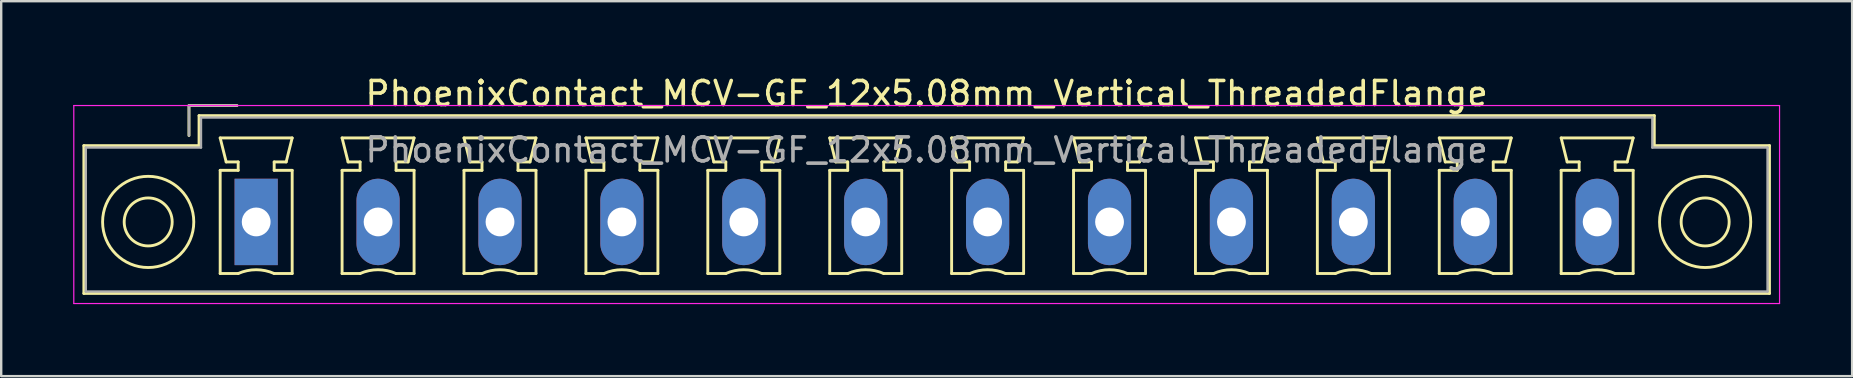
<source format=kicad_pcb>
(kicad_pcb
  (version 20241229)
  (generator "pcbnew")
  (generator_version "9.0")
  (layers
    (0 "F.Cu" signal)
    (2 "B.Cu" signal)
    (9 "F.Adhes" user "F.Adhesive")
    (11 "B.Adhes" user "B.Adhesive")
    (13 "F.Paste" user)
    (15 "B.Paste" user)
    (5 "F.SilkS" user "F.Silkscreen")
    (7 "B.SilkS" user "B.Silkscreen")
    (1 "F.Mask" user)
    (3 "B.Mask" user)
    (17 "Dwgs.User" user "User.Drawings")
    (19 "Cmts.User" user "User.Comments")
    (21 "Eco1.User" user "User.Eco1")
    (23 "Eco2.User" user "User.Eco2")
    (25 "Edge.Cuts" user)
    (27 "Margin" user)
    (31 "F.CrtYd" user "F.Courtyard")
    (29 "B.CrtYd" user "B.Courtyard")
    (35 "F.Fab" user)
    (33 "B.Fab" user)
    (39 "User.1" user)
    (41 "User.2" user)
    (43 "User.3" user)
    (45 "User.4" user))
  (footprint "PhoenixContact_MCV-GF_12x5.08mm_Vertical_ThreadedFlange"
    (layer "F.Cu")
    (at 7.625 6.198)
    (property "Reference" "PhoenixContact_MCV-GF_12x5.08mm_Vertical_ThreadedFlange" (at 27.94 -5.35 0) (layer "F.SilkS") (effects (font (size 1 1) (thickness 0.15))))
    (attr through_hole)
    (fp_line (start -7.18 -3.18) (end -7.18 2.98) (stroke (width 0.12) (type solid)) (layer "F.SilkS"))
    (fp_line (start -7.18 2.98) (end 63.06 2.98) (stroke (width 0.12) (type solid)) (layer "F.SilkS"))
    (fp_line (start -2.8 -4.85) (end -0.8 -4.85) (stroke (width 0.12) (type solid)) (layer "F.SilkS"))
    (fp_line (start -2.8 -3.6) (end -2.8 -4.85) (stroke (width 0.12) (type solid)) (layer "F.SilkS"))
    (fp_line (start -2.38 -4.43) (end -2.38 -3.18) (stroke (width 0.12) (type solid)) (layer "F.SilkS"))
    (fp_line (start -2.38 -3.18) (end -7.18 -3.18) (stroke (width 0.12) (type solid)) (layer "F.SilkS"))
    (fp_line (start -1.5 -3.5) (end 1.5 -3.5) (stroke (width 0.12) (type solid)) (layer "F.SilkS"))
    (fp_line (start -1.5 -2.15) (end -0.75 -2.15) (stroke (width 0.12) (type solid)) (layer "F.SilkS"))
    (fp_line (start -1.5 2.15) (end -1.5 -2.15) (stroke (width 0.12) (type solid)) (layer "F.SilkS"))
    (fp_line (start -1.25 -2.5) (end -1.5 -3.5) (stroke (width 0.12) (type solid)) (layer "F.SilkS"))
    (fp_line (start -0.75 -2.5) (end -1.25 -2.5) (stroke (width 0.12) (type solid)) (layer "F.SilkS"))
    (fp_line (start -0.75 -2.15) (end -0.75 -2.5) (stroke (width 0.12) (type solid)) (layer "F.SilkS"))
    (fp_line (start -0.75 2.15) (end -1.5 2.15) (stroke (width 0.12) (type solid)) (layer "F.SilkS"))
    (fp_line (start 0.75 -2.5) (end 0.75 -2.15) (stroke (width 0.12) (type solid)) (layer "F.SilkS"))
    (fp_line (start 0.75 -2.15) (end 1.5 -2.15) (stroke (width 0.12) (type solid)) (layer "F.SilkS"))
    (fp_line (start 1.25 -2.5) (end 0.75 -2.5) (stroke (width 0.12) (type solid)) (layer "F.SilkS"))
    (fp_line (start 1.5 -3.5) (end 1.25 -2.5) (stroke (width 0.12) (type solid)) (layer "F.SilkS"))
    (fp_line (start 1.5 -2.15) (end 1.5 2.15) (stroke (width 0.12) (type solid)) (layer "F.SilkS"))
    (fp_line (start 1.5 2.15) (end 0.75 2.15) (stroke (width 0.12) (type solid)) (layer "F.SilkS"))
    (fp_line (start 3.58 -3.5) (end 6.58 -3.5) (stroke (width 0.12) (type solid)) (layer "F.SilkS"))
    (fp_line (start 3.58 -2.15) (end 4.33 -2.15) (stroke (width 0.12) (type solid)) (layer "F.SilkS"))
    (fp_line (start 3.58 2.15) (end 3.58 -2.15) (stroke (width 0.12) (type solid)) (layer "F.SilkS"))
    (fp_line (start 3.83 -2.5) (end 3.58 -3.5) (stroke (width 0.12) (type solid)) (layer "F.SilkS"))
    (fp_line (start 4.33 -2.5) (end 3.83 -2.5) (stroke (width 0.12) (type solid)) (layer "F.SilkS"))
    (fp_line (start 4.33 -2.15) (end 4.33 -2.5) (stroke (width 0.12) (type solid)) (layer "F.SilkS"))
    (fp_line (start 4.33 2.15) (end 3.58 2.15) (stroke (width 0.12) (type solid)) (layer "F.SilkS"))
    (fp_line (start 5.83 -2.5) (end 5.83 -2.15) (stroke (width 0.12) (type solid)) (layer "F.SilkS"))
    (fp_line (start 5.83 -2.15) (end 6.58 -2.15) (stroke (width 0.12) (type solid)) (layer "F.SilkS"))
    (fp_line (start 6.33 -2.5) (end 5.83 -2.5) (stroke (width 0.12) (type solid)) (layer "F.SilkS"))
    (fp_line (start 6.58 -3.5) (end 6.33 -2.5) (stroke (width 0.12) (type solid)) (layer "F.SilkS"))
    (fp_line (start 6.58 -2.15) (end 6.58 2.15) (stroke (width 0.12) (type solid)) (layer "F.SilkS"))
    (fp_line (start 6.58 2.15) (end 5.83 2.15) (stroke (width 0.12) (type solid)) (layer "F.SilkS"))
    (fp_line (start 8.66 -3.5) (end 11.66 -3.5) (stroke (width 0.12) (type solid)) (layer "F.SilkS"))
    (fp_line (start 8.66 -2.15) (end 9.41 -2.15) (stroke (width 0.12) (type solid)) (layer "F.SilkS"))
    (fp_line (start 8.66 2.15) (end 8.66 -2.15) (stroke (width 0.12) (type solid)) (layer "F.SilkS"))
    (fp_line (start 8.91 -2.5) (end 8.66 -3.5) (stroke (width 0.12) (type solid)) (layer "F.SilkS"))
    (fp_line (start 9.41 -2.5) (end 8.91 -2.5) (stroke (width 0.12) (type solid)) (layer "F.SilkS"))
    (fp_line (start 9.41 -2.15) (end 9.41 -2.5) (stroke (width 0.12) (type solid)) (layer "F.SilkS"))
    (fp_line (start 9.41 2.15) (end 8.66 2.15) (stroke (width 0.12) (type solid)) (layer "F.SilkS"))
    (fp_line (start 10.91 -2.5) (end 10.91 -2.15) (stroke (width 0.12) (type solid)) (layer "F.SilkS"))
    (fp_line (start 10.91 -2.15) (end 11.66 -2.15) (stroke (width 0.12) (type solid)) (layer "F.SilkS"))
    (fp_line (start 11.41 -2.5) (end 10.91 -2.5) (stroke (width 0.12) (type solid)) (layer "F.SilkS"))
    (fp_line (start 11.66 -3.5) (end 11.41 -2.5) (stroke (width 0.12) (type solid)) (layer "F.SilkS"))
    (fp_line (start 11.66 -2.15) (end 11.66 2.15) (stroke (width 0.12) (type solid)) (layer "F.SilkS"))
    (fp_line (start 11.66 2.15) (end 10.91 2.15) (stroke (width 0.12) (type solid)) (layer "F.SilkS"))
    (fp_line (start 13.74 -3.5) (end 16.74 -3.5) (stroke (width 0.12) (type solid)) (layer "F.SilkS"))
    (fp_line (start 13.74 -2.15) (end 14.49 -2.15) (stroke (width 0.12) (type solid)) (layer "F.SilkS"))
    (fp_line (start 13.74 2.15) (end 13.74 -2.15) (stroke (width 0.12) (type solid)) (layer "F.SilkS"))
    (fp_line (start 13.99 -2.5) (end 13.74 -3.5) (stroke (width 0.12) (type solid)) (layer "F.SilkS"))
    (fp_line (start 14.49 -2.5) (end 13.99 -2.5) (stroke (width 0.12) (type solid)) (layer "F.SilkS"))
    (fp_line (start 14.49 -2.15) (end 14.49 -2.5) (stroke (width 0.12) (type solid)) (layer "F.SilkS"))
    (fp_line (start 14.49 2.15) (end 13.74 2.15) (stroke (width 0.12) (type solid)) (layer "F.SilkS"))
    (fp_line (start 15.99 -2.5) (end 15.99 -2.15) (stroke (width 0.12) (type solid)) (layer "F.SilkS"))
    (fp_line (start 15.99 -2.15) (end 16.74 -2.15) (stroke (width 0.12) (type solid)) (layer "F.SilkS"))
    (fp_line (start 16.49 -2.5) (end 15.99 -2.5) (stroke (width 0.12) (type solid)) (layer "F.SilkS"))
    (fp_line (start 16.74 -3.5) (end 16.49 -2.5) (stroke (width 0.12) (type solid)) (layer "F.SilkS"))
    (fp_line (start 16.74 -2.15) (end 16.74 2.15) (stroke (width 0.12) (type solid)) (layer "F.SilkS"))
    (fp_line (start 16.74 2.15) (end 15.99 2.15) (stroke (width 0.12) (type solid)) (layer "F.SilkS"))
    (fp_line (start 18.82 -3.5) (end 21.82 -3.5) (stroke (width 0.12) (type solid)) (layer "F.SilkS"))
    (fp_line (start 18.82 -2.15) (end 19.57 -2.15) (stroke (width 0.12) (type solid)) (layer "F.SilkS"))
    (fp_line (start 18.82 2.15) (end 18.82 -2.15) (stroke (width 0.12) (type solid)) (layer "F.SilkS"))
    (fp_line (start 19.07 -2.5) (end 18.82 -3.5) (stroke (width 0.12) (type solid)) (layer "F.SilkS"))
    (fp_line (start 19.57 -2.5) (end 19.07 -2.5) (stroke (width 0.12) (type solid)) (layer "F.SilkS"))
    (fp_line (start 19.57 -2.15) (end 19.57 -2.5) (stroke (width 0.12) (type solid)) (layer "F.SilkS"))
    (fp_line (start 19.57 2.15) (end 18.82 2.15) (stroke (width 0.12) (type solid)) (layer "F.SilkS"))
    (fp_line (start 21.07 -2.5) (end 21.07 -2.15) (stroke (width 0.12) (type solid)) (layer "F.SilkS"))
    (fp_line (start 21.07 -2.15) (end 21.82 -2.15) (stroke (width 0.12) (type solid)) (layer "F.SilkS"))
    (fp_line (start 21.57 -2.5) (end 21.07 -2.5) (stroke (width 0.12) (type solid)) (layer "F.SilkS"))
    (fp_line (start 21.82 -3.5) (end 21.57 -2.5) (stroke (width 0.12) (type solid)) (layer "F.SilkS"))
    (fp_line (start 21.82 -2.15) (end 21.82 2.15) (stroke (width 0.12) (type solid)) (layer "F.SilkS"))
    (fp_line (start 21.82 2.15) (end 21.07 2.15) (stroke (width 0.12) (type solid)) (layer "F.SilkS"))
    (fp_line (start 23.9 -3.5) (end 26.9 -3.5) (stroke (width 0.12) (type solid)) (layer "F.SilkS"))
    (fp_line (start 23.9 -2.15) (end 24.65 -2.15) (stroke (width 0.12) (type solid)) (layer "F.SilkS"))
    (fp_line (start 23.9 2.15) (end 23.9 -2.15) (stroke (width 0.12) (type solid)) (layer "F.SilkS"))
    (fp_line (start 24.15 -2.5) (end 23.9 -3.5) (stroke (width 0.12) (type solid)) (layer "F.SilkS"))
    (fp_line (start 24.65 -2.5) (end 24.15 -2.5) (stroke (width 0.12) (type solid)) (layer "F.SilkS"))
    (fp_line (start 24.65 -2.15) (end 24.65 -2.5) (stroke (width 0.12) (type solid)) (layer "F.SilkS"))
    (fp_line (start 24.65 2.15) (end 23.9 2.15) (stroke (width 0.12) (type solid)) (layer "F.SilkS"))
    (fp_line (start 26.15 -2.5) (end 26.15 -2.15) (stroke (width 0.12) (type solid)) (layer "F.SilkS"))
    (fp_line (start 26.15 -2.15) (end 26.9 -2.15) (stroke (width 0.12) (type solid)) (layer "F.SilkS"))
    (fp_line (start 26.65 -2.5) (end 26.15 -2.5) (stroke (width 0.12) (type solid)) (layer "F.SilkS"))
    (fp_line (start 26.9 -3.5) (end 26.65 -2.5) (stroke (width 0.12) (type solid)) (layer "F.SilkS"))
    (fp_line (start 26.9 -2.15) (end 26.9 2.15) (stroke (width 0.12) (type solid)) (layer "F.SilkS"))
    (fp_line (start 26.9 2.15) (end 26.15 2.15) (stroke (width 0.12) (type solid)) (layer "F.SilkS"))
    (fp_line (start 28.98 -3.5) (end 31.98 -3.5) (stroke (width 0.12) (type solid)) (layer "F.SilkS"))
    (fp_line (start 28.98 -2.15) (end 29.73 -2.15) (stroke (width 0.12) (type solid)) (layer "F.SilkS"))
    (fp_line (start 28.98 2.15) (end 28.98 -2.15) (stroke (width 0.12) (type solid)) (layer "F.SilkS"))
    (fp_line (start 29.23 -2.5) (end 28.98 -3.5) (stroke (width 0.12) (type solid)) (layer "F.SilkS"))
    (fp_line (start 29.73 -2.5) (end 29.23 -2.5) (stroke (width 0.12) (type solid)) (layer "F.SilkS"))
    (fp_line (start 29.73 -2.15) (end 29.73 -2.5) (stroke (width 0.12) (type solid)) (layer "F.SilkS"))
    (fp_line (start 29.73 2.15) (end 28.98 2.15) (stroke (width 0.12) (type solid)) (layer "F.SilkS"))
    (fp_line (start 31.23 -2.5) (end 31.23 -2.15) (stroke (width 0.12) (type solid)) (layer "F.SilkS"))
    (fp_line (start 31.23 -2.15) (end 31.98 -2.15) (stroke (width 0.12) (type solid)) (layer "F.SilkS"))
    (fp_line (start 31.73 -2.5) (end 31.23 -2.5) (stroke (width 0.12) (type solid)) (layer "F.SilkS"))
    (fp_line (start 31.98 -3.5) (end 31.73 -2.5) (stroke (width 0.12) (type solid)) (layer "F.SilkS"))
    (fp_line (start 31.98 -2.15) (end 31.98 2.15) (stroke (width 0.12) (type solid)) (layer "F.SilkS"))
    (fp_line (start 31.98 2.15) (end 31.23 2.15) (stroke (width 0.12) (type solid)) (layer "F.SilkS"))
    (fp_line (start 34.06 -3.5) (end 37.06 -3.5) (stroke (width 0.12) (type solid)) (layer "F.SilkS"))
    (fp_line (start 34.06 -2.15) (end 34.81 -2.15) (stroke (width 0.12) (type solid)) (layer "F.SilkS"))
    (fp_line (start 34.06 2.15) (end 34.06 -2.15) (stroke (width 0.12) (type solid)) (layer "F.SilkS"))
    (fp_line (start 34.31 -2.5) (end 34.06 -3.5) (stroke (width 0.12) (type solid)) (layer "F.SilkS"))
    (fp_line (start 34.81 -2.5) (end 34.31 -2.5) (stroke (width 0.12) (type solid)) (layer "F.SilkS"))
    (fp_line (start 34.81 -2.15) (end 34.81 -2.5) (stroke (width 0.12) (type solid)) (layer "F.SilkS"))
    (fp_line (start 34.81 2.15) (end 34.06 2.15) (stroke (width 0.12) (type solid)) (layer "F.SilkS"))
    (fp_line (start 36.31 -2.5) (end 36.31 -2.15) (stroke (width 0.12) (type solid)) (layer "F.SilkS"))
    (fp_line (start 36.31 -2.15) (end 37.06 -2.15) (stroke (width 0.12) (type solid)) (layer "F.SilkS"))
    (fp_line (start 36.81 -2.5) (end 36.31 -2.5) (stroke (width 0.12) (type solid)) (layer "F.SilkS"))
    (fp_line (start 37.06 -3.5) (end 36.81 -2.5) (stroke (width 0.12) (type solid)) (layer "F.SilkS"))
    (fp_line (start 37.06 -2.15) (end 37.06 2.15) (stroke (width 0.12) (type solid)) (layer "F.SilkS"))
    (fp_line (start 37.06 2.15) (end 36.31 2.15) (stroke (width 0.12) (type solid)) (layer "F.SilkS"))
    (fp_line (start 39.14 -3.5) (end 42.14 -3.5) (stroke (width 0.12) (type solid)) (layer "F.SilkS"))
    (fp_line (start 39.14 -2.15) (end 39.89 -2.15) (stroke (width 0.12) (type solid)) (layer "F.SilkS"))
    (fp_line (start 39.14 2.15) (end 39.14 -2.15) (stroke (width 0.12) (type solid)) (layer "F.SilkS"))
    (fp_line (start 39.39 -2.5) (end 39.14 -3.5) (stroke (width 0.12) (type solid)) (layer "F.SilkS"))
    (fp_line (start 39.89 -2.5) (end 39.39 -2.5) (stroke (width 0.12) (type solid)) (layer "F.SilkS"))
    (fp_line (start 39.89 -2.15) (end 39.89 -2.5) (stroke (width 0.12) (type solid)) (layer "F.SilkS"))
    (fp_line (start 39.89 2.15) (end 39.14 2.15) (stroke (width 0.12) (type solid)) (layer "F.SilkS"))
    (fp_line (start 41.39 -2.5) (end 41.39 -2.15) (stroke (width 0.12) (type solid)) (layer "F.SilkS"))
    (fp_line (start 41.39 -2.15) (end 42.14 -2.15) (stroke (width 0.12) (type solid)) (layer "F.SilkS"))
    (fp_line (start 41.89 -2.5) (end 41.39 -2.5) (stroke (width 0.12) (type solid)) (layer "F.SilkS"))
    (fp_line (start 42.14 -3.5) (end 41.89 -2.5) (stroke (width 0.12) (type solid)) (layer "F.SilkS"))
    (fp_line (start 42.14 -2.15) (end 42.14 2.15) (stroke (width 0.12) (type solid)) (layer "F.SilkS"))
    (fp_line (start 42.14 2.15) (end 41.39 2.15) (stroke (width 0.12) (type solid)) (layer "F.SilkS"))
    (fp_line (start 44.22 -3.5) (end 47.22 -3.5) (stroke (width 0.12) (type solid)) (layer "F.SilkS"))
    (fp_line (start 44.22 -2.15) (end 44.97 -2.15) (stroke (width 0.12) (type solid)) (layer "F.SilkS"))
    (fp_line (start 44.22 2.15) (end 44.22 -2.15) (stroke (width 0.12) (type solid)) (layer "F.SilkS"))
    (fp_line (start 44.47 -2.5) (end 44.22 -3.5) (stroke (width 0.12) (type solid)) (layer "F.SilkS"))
    (fp_line (start 44.97 -2.5) (end 44.47 -2.5) (stroke (width 0.12) (type solid)) (layer "F.SilkS"))
    (fp_line (start 44.97 -2.15) (end 44.97 -2.5) (stroke (width 0.12) (type solid)) (layer "F.SilkS"))
    (fp_line (start 44.97 2.15) (end 44.22 2.15) (stroke (width 0.12) (type solid)) (layer "F.SilkS"))
    (fp_line (start 46.47 -2.5) (end 46.47 -2.15) (stroke (width 0.12) (type solid)) (layer "F.SilkS"))
    (fp_line (start 46.47 -2.15) (end 47.22 -2.15) (stroke (width 0.12) (type solid)) (layer "F.SilkS"))
    (fp_line (start 46.97 -2.5) (end 46.47 -2.5) (stroke (width 0.12) (type solid)) (layer "F.SilkS"))
    (fp_line (start 47.22 -3.5) (end 46.97 -2.5) (stroke (width 0.12) (type solid)) (layer "F.SilkS"))
    (fp_line (start 47.22 -2.15) (end 47.22 2.15) (stroke (width 0.12) (type solid)) (layer "F.SilkS"))
    (fp_line (start 47.22 2.15) (end 46.47 2.15) (stroke (width 0.12) (type solid)) (layer "F.SilkS"))
    (fp_line (start 49.3 -3.5) (end 52.3 -3.5) (stroke (width 0.12) (type solid)) (layer "F.SilkS"))
    (fp_line (start 49.3 -2.15) (end 50.05 -2.15) (stroke (width 0.12) (type solid)) (layer "F.SilkS"))
    (fp_line (start 49.3 2.15) (end 49.3 -2.15) (stroke (width 0.12) (type solid)) (layer "F.SilkS"))
    (fp_line (start 49.55 -2.5) (end 49.3 -3.5) (stroke (width 0.12) (type solid)) (layer "F.SilkS"))
    (fp_line (start 50.05 -2.5) (end 49.55 -2.5) (stroke (width 0.12) (type solid)) (layer "F.SilkS"))
    (fp_line (start 50.05 -2.15) (end 50.05 -2.5) (stroke (width 0.12) (type solid)) (layer "F.SilkS"))
    (fp_line (start 50.05 2.15) (end 49.3 2.15) (stroke (width 0.12) (type solid)) (layer "F.SilkS"))
    (fp_line (start 51.55 -2.5) (end 51.55 -2.15) (stroke (width 0.12) (type solid)) (layer "F.SilkS"))
    (fp_line (start 51.55 -2.15) (end 52.3 -2.15) (stroke (width 0.12) (type solid)) (layer "F.SilkS"))
    (fp_line (start 52.05 -2.5) (end 51.55 -2.5) (stroke (width 0.12) (type solid)) (layer "F.SilkS"))
    (fp_line (start 52.3 -3.5) (end 52.05 -2.5) (stroke (width 0.12) (type solid)) (layer "F.SilkS"))
    (fp_line (start 52.3 -2.15) (end 52.3 2.15) (stroke (width 0.12) (type solid)) (layer "F.SilkS"))
    (fp_line (start 52.3 2.15) (end 51.55 2.15) (stroke (width 0.12) (type solid)) (layer "F.SilkS"))
    (fp_line (start 54.38 -3.5) (end 57.38 -3.5) (stroke (width 0.12) (type solid)) (layer "F.SilkS"))
    (fp_line (start 54.38 -2.15) (end 55.13 -2.15) (stroke (width 0.12) (type solid)) (layer "F.SilkS"))
    (fp_line (start 54.38 2.15) (end 54.38 -2.15) (stroke (width 0.12) (type solid)) (layer "F.SilkS"))
    (fp_line (start 54.63 -2.5) (end 54.38 -3.5) (stroke (width 0.12) (type solid)) (layer "F.SilkS"))
    (fp_line (start 55.13 -2.5) (end 54.63 -2.5) (stroke (width 0.12) (type solid)) (layer "F.SilkS"))
    (fp_line (start 55.13 -2.15) (end 55.13 -2.5) (stroke (width 0.12) (type solid)) (layer "F.SilkS"))
    (fp_line (start 55.13 2.15) (end 54.38 2.15) (stroke (width 0.12) (type solid)) (layer "F.SilkS"))
    (fp_line (start 56.63 -2.5) (end 56.63 -2.15) (stroke (width 0.12) (type solid)) (layer "F.SilkS"))
    (fp_line (start 56.63 -2.15) (end 57.38 -2.15) (stroke (width 0.12) (type solid)) (layer "F.SilkS"))
    (fp_line (start 57.13 -2.5) (end 56.63 -2.5) (stroke (width 0.12) (type solid)) (layer "F.SilkS"))
    (fp_line (start 57.38 -3.5) (end 57.13 -2.5) (stroke (width 0.12) (type solid)) (layer "F.SilkS"))
    (fp_line (start 57.38 -2.15) (end 57.38 2.15) (stroke (width 0.12) (type solid)) (layer "F.SilkS"))
    (fp_line (start 57.38 2.15) (end 56.63 2.15) (stroke (width 0.12) (type solid)) (layer "F.SilkS"))
    (fp_line (start 58.26 -4.43) (end -2.38 -4.43) (stroke (width 0.12) (type solid)) (layer "F.SilkS"))
    (fp_line (start 58.26 -3.18) (end 58.26 -4.43) (stroke (width 0.12) (type solid)) (layer "F.SilkS"))
    (fp_line (start 63.06 -3.18) (end 58.26 -3.18) (stroke (width 0.12) (type solid)) (layer "F.SilkS"))
    (fp_line (start 63.06 2.98) (end 63.06 -3.18) (stroke (width 0.12) (type solid)) (layer "F.SilkS"))
    (fp_arc (start -0.75 2.15) (mid -0.000193 1.99191) (end 0.749647 2.149844) (stroke (width 0.12) (type solid)) (layer "F.SilkS"))
    (fp_arc (start 4.33 2.15) (mid 5.079807 1.99191) (end 5.829647 2.149844) (stroke (width 0.12) (type solid)) (layer "F.SilkS"))
    (fp_arc (start 9.41 2.15) (mid 10.159807 1.99191) (end 10.909647 2.149844) (stroke (width 0.12) (type solid)) (layer "F.SilkS"))
    (fp_arc (start 14.49 2.15) (mid 15.239807 1.99191) (end 15.989647 2.149844) (stroke (width 0.12) (type solid)) (layer "F.SilkS"))
    (fp_arc (start 19.57 2.15) (mid 20.319807 1.99191) (end 21.069647 2.149844) (stroke (width 0.12) (type solid)) (layer "F.SilkS"))
    (fp_arc (start 24.65 2.15) (mid 25.399807 1.99191) (end 26.149647 2.149844) (stroke (width 0.12) (type solid)) (layer "F.SilkS"))
    (fp_arc (start 29.73 2.15) (mid 30.479807 1.99191) (end 31.229647 2.149844) (stroke (width 0.12) (type solid)) (layer "F.SilkS"))
    (fp_arc (start 34.81 2.15) (mid 35.559807 1.99191) (end 36.309647 2.149844) (stroke (width 0.12) (type solid)) (layer "F.SilkS"))
    (fp_arc (start 39.89 2.15) (mid 40.639807 1.99191) (end 41.389647 2.149844) (stroke (width 0.12) (type solid)) (layer "F.SilkS"))
    (fp_arc (start 44.97 2.15) (mid 45.719807 1.99191) (end 46.469647 2.149844) (stroke (width 0.12) (type solid)) (layer "F.SilkS"))
    (fp_arc (start 50.05 2.15) (mid 50.799807 1.99191) (end 51.549647 2.149844) (stroke (width 0.12) (type solid)) (layer "F.SilkS"))
    (fp_arc (start 55.13 2.15) (mid 55.879807 1.99191) (end 56.629647 2.149844) (stroke (width 0.12) (type solid)) (layer "F.SilkS"))
    (fp_circle (center -4.5 0) (end -3.5 0) (stroke (width 0.12) (type solid)) (fill no) (layer "F.SilkS"))
    (fp_circle (center -4.5 0) (end -2.6 0) (stroke (width 0.12) (type solid)) (fill no) (layer "F.SilkS"))
    (fp_circle (center 60.38 0) (end 61.38 0) (stroke (width 0.12) (type solid)) (fill no) (layer "F.SilkS"))
    (fp_circle (center 60.38 0) (end 62.28 0) (stroke (width 0.12) (type solid)) (fill no) (layer "F.SilkS"))
    (fp_line (start -7.6 -4.85) (end -7.6 3.4) (stroke (width 0.05) (type solid)) (layer "F.CrtYd"))
    (fp_line (start -7.6 3.4) (end 63.48 3.4) (stroke (width 0.05) (type solid)) (layer "F.CrtYd"))
    (fp_line (start 63.48 -4.85) (end -7.6 -4.85) (stroke (width 0.05) (type solid)) (layer "F.CrtYd"))
    (fp_line (start 63.48 3.4) (end 63.48 -4.85) (stroke (width 0.05) (type solid)) (layer "F.CrtYd"))
    (fp_line (start -7.1 -3.1) (end -7.1 2.9) (stroke (width 0.1) (type solid)) (layer "F.Fab"))
    (fp_line (start -7.1 2.9) (end 62.98 2.9) (stroke (width 0.1) (type solid)) (layer "F.Fab"))
    (fp_line (start -2.8 -4.85) (end -0.8 -4.85) (stroke (width 0.1) (type solid)) (layer "F.Fab"))
    (fp_line (start -2.8 -3.6) (end -2.8 -4.85) (stroke (width 0.1) (type solid)) (layer "F.Fab"))
    (fp_line (start -2.3 -4.35) (end -2.3 -3.1) (stroke (width 0.1) (type solid)) (layer "F.Fab"))
    (fp_line (start -2.3 -3.1) (end -7.1 -3.1) (stroke (width 0.1) (type solid)) (layer "F.Fab"))
    (fp_line (start 58.18 -4.35) (end -2.3 -4.35) (stroke (width 0.1) (type solid)) (layer "F.Fab"))
    (fp_line (start 58.18 -3.1) (end 58.18 -4.35) (stroke (width 0.1) (type solid)) (layer "F.Fab"))
    (fp_line (start 62.98 -3.1) (end 58.18 -3.1) (stroke (width 0.1) (type solid)) (layer "F.Fab"))
    (fp_line (start 62.98 2.9) (end 62.98 -3.1) (stroke (width 0.1) (type solid)) (layer "F.Fab"))
    (fp_text user "${REFERENCE}" (at 27.94 -3 0) (layer "F.Fab") (effects (font (size 1 1) (thickness 0.15))))
    (pad "1" thru_hole rect (at 0 0) (size 1.8 3.6) (drill 1.2) (layers "*.Cu" "*.Mask"))
    (pad "2" thru_hole oval (at 5.08 0) (size 1.8 3.6) (drill 1.2) (layers "*.Cu" "*.Mask"))
    (pad "3" thru_hole oval (at 10.16 0) (size 1.8 3.6) (drill 1.2) (layers "*.Cu" "*.Mask"))
    (pad "4" thru_hole oval (at 15.24 0) (size 1.8 3.6) (drill 1.2) (layers "*.Cu" "*.Mask"))
    (pad "5" thru_hole oval (at 20.32 0) (size 1.8 3.6) (drill 1.2) (layers "*.Cu" "*.Mask"))
    (pad "6" thru_hole oval (at 25.4 0) (size 1.8 3.6) (drill 1.2) (layers "*.Cu" "*.Mask"))
    (pad "7" thru_hole oval (at 30.48 0) (size 1.8 3.6) (drill 1.2) (layers "*.Cu" "*.Mask"))
    (pad "8" thru_hole oval (at 35.56 0) (size 1.8 3.6) (drill 1.2) (layers "*.Cu" "*.Mask"))
    (pad "9" thru_hole oval (at 40.64 0) (size 1.8 3.6) (drill 1.2) (layers "*.Cu" "*.Mask"))
    (pad "10" thru_hole oval (at 45.72 0) (size 1.8 3.6) (drill 1.2) (layers "*.Cu" "*.Mask"))
    (pad "11" thru_hole oval (at 50.8 0) (size 1.8 3.6) (drill 1.2) (layers "*.Cu" "*.Mask"))
    (pad "12" thru_hole oval (at 55.88 0) (size 1.8 3.6) (drill 1.2) (layers "*.Cu" "*.Mask")))
  (gr_rect
    (start -3 -3)
    (end 74.13 12.623)
    (stroke (width 0.1) (type default))
    (fill no)
    (layer "Edge.Cuts")))
</source>
